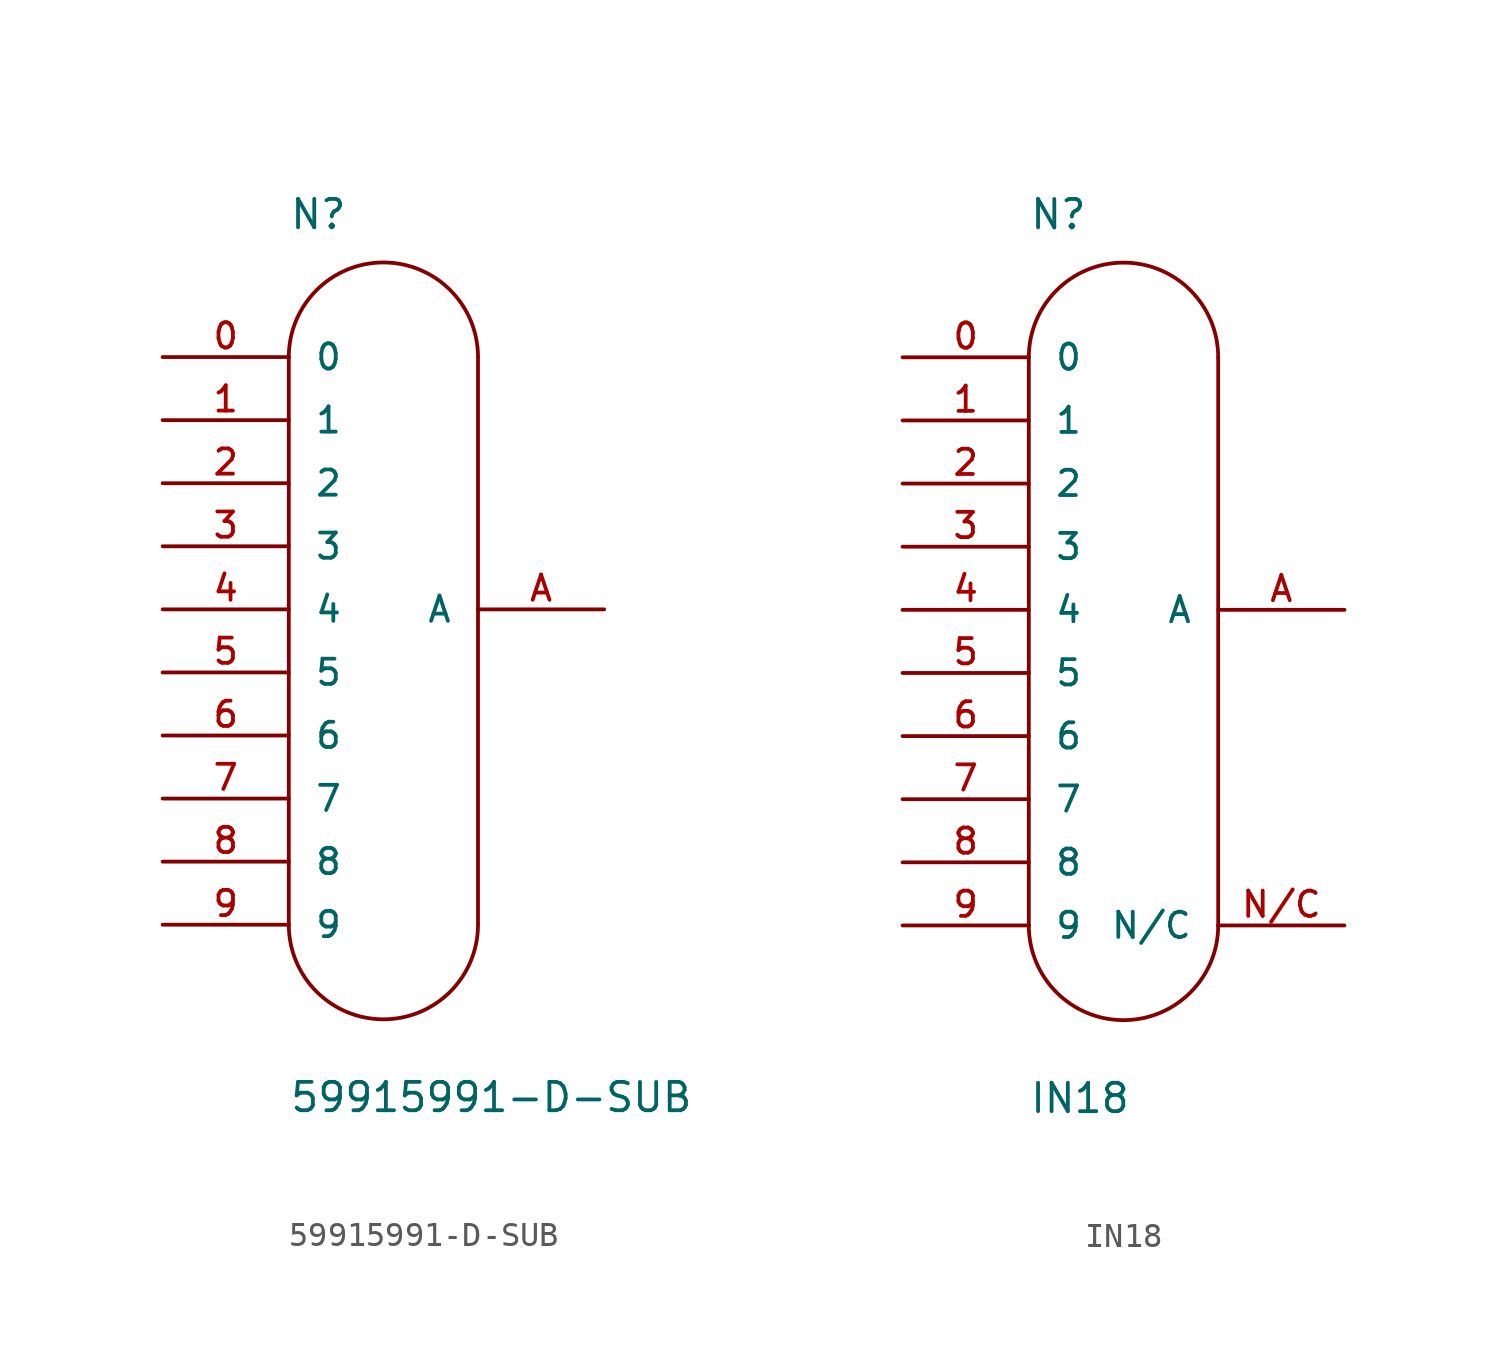
<source format=kicad_sym>
(kicad_symbol_lib
  (version 20210619)
  (generator kicad_symbol_editor)
  (symbol "Nixie_tubes:59915991-D-SUB"
    (pin_names
      (offset 1.016))
    (property "Reference" "N"
      (at -22.86 12.7 0)
      (effects (font (size 1.143 1.143)) (justify left bottom)))
    (property "Value" "59915991-D-SUB"
      (at -22.86 -22.86 0)
      (effects (font (size 1.143 1.143)) (justify left bottom)))
    (property "ki_locked" ""
      (at 0 0 0)
      (effects (font (size 1.27 1.27))))
    (symbol "59915991-D-SUB_1_0"
      (polyline (pts (xy -22.86 7.62) (xy -22.86 -15.24)) (stroke (width 0)) (fill (type none)))
      (polyline (pts (xy -15.24 7.62) (xy -15.24 -15.24)) (stroke (width 0)) (fill (type none))))
    (symbol "59915991-D-SUB_1_1"
      (arc (start -22.86 -15.24) (end -15.24 -15.24) (radius (at -19.05 -15.24) (length 3.81) (angles -179.9 -0.1)) (stroke (width 0)) (fill (type none)))
      (arc (start -15.24 7.62) (end -22.86 7.62) (radius (at -19.05 7.62) (length 3.81) (angles 0.1 179.9)) (stroke (width 0)) (fill (type none)))
      (pin passive line (at -27.94 7.62 0) (length 5.08) (name "0" (effects (font (size 1.016 1.016)))) (number "0" (effects (font (size 1.016 1.016)))))
      (pin passive line (at -27.94 5.08 0) (length 5.08) (name "1" (effects (font (size 1.016 1.016)))) (number "1" (effects (font (size 1.016 1.016)))))
      (pin passive line (at -27.94 2.54 0) (length 5.08) (name "2" (effects (font (size 1.016 1.016)))) (number "2" (effects (font (size 1.016 1.016)))))
      (pin passive line (at -27.94 0 0) (length 5.08) (name "3" (effects (font (size 1.016 1.016)))) (number "3" (effects (font (size 1.016 1.016)))))
      (pin passive line (at -27.94 -2.54 0) (length 5.08) (name "4" (effects (font (size 1.016 1.016)))) (number "4" (effects (font (size 1.016 1.016)))))
      (pin passive line (at -27.94 -5.08 0) (length 5.08) (name "5" (effects (font (size 1.016 1.016)))) (number "5" (effects (font (size 1.016 1.016)))))
      (pin passive line (at -27.94 -7.62 0) (length 5.08) (name "6" (effects (font (size 1.016 1.016)))) (number "6" (effects (font (size 1.016 1.016)))))
      (pin passive line (at -27.94 -10.16 0) (length 5.08) (name "7" (effects (font (size 1.016 1.016)))) (number "7" (effects (font (size 1.016 1.016)))))
      (pin passive line (at -27.94 -12.7 0) (length 5.08) (name "8" (effects (font (size 1.016 1.016)))) (number "8" (effects (font (size 1.016 1.016)))))
      (pin passive line (at -27.94 -15.24 0) (length 5.08) (name "9" (effects (font (size 1.016 1.016)))) (number "9" (effects (font (size 1.016 1.016)))))
      (pin passive line (at -10.16 -2.54 180) (length 5.08) (name "A" (effects (font (size 1.016 1.016)))) (number "A" (effects (font (size 1.016 1.016)))))))
  (symbol "Nixie_tubes:IN18"
    (pin_names
      (offset 1.016))
    (property "Reference" "N"
      (at -22.86 12.7 0)
      (effects (font (size 1.143 1.143)) (justify left bottom)))
    (property "Value" "IN18"
      (at -22.86 -22.86 0)
      (effects (font (size 1.143 1.143)) (justify left bottom)))
    (symbol "IN18_1_0"
      (polyline (pts (xy -22.86 7.62) (xy -22.86 -15.24)) (stroke (width 0)) (fill (type none)))
      (polyline (pts (xy -15.24 7.62) (xy -15.24 -15.24)) (stroke (width 0)) (fill (type none))))
    (symbol "IN18_1_1"
      (arc (start -22.86 -15.24) (end -15.24 -15.24) (radius (at -19.05 -15.24) (length 3.81) (angles -179.9 -0.1)) (stroke (width 0)) (fill (type none)))
      (arc (start -15.24 7.62) (end -22.86 7.62) (radius (at -19.05 7.62) (length 3.81) (angles 0.1 179.9)) (stroke (width 0)) (fill (type none)))
      (pin passive line (at -27.94 7.62 0) (length 5.08) (name "0" (effects (font (size 1.016 1.016)))) (number "0" (effects (font (size 1.016 1.016)))))
      (pin passive line (at -27.94 5.08 0) (length 5.08) (name "1" (effects (font (size 1.016 1.016)))) (number "1" (effects (font (size 1.016 1.016)))))
      (pin passive line (at -27.94 2.54 0) (length 5.08) (name "2" (effects (font (size 1.016 1.016)))) (number "2" (effects (font (size 1.016 1.016)))))
      (pin passive line (at -27.94 0 0) (length 5.08) (name "3" (effects (font (size 1.016 1.016)))) (number "3" (effects (font (size 1.016 1.016)))))
      (pin passive line (at -27.94 -2.54 0) (length 5.08) (name "4" (effects (font (size 1.016 1.016)))) (number "4" (effects (font (size 1.016 1.016)))))
      (pin passive line (at -27.94 -5.08 0) (length 5.08) (name "5" (effects (font (size 1.016 1.016)))) (number "5" (effects (font (size 1.016 1.016)))))
      (pin passive line (at -27.94 -7.62 0) (length 5.08) (name "6" (effects (font (size 1.016 1.016)))) (number "6" (effects (font (size 1.016 1.016)))))
      (pin passive line (at -27.94 -10.16 0) (length 5.08) (name "7" (effects (font (size 1.016 1.016)))) (number "7" (effects (font (size 1.016 1.016)))))
      (pin passive line (at -27.94 -12.7 0) (length 5.08) (name "8" (effects (font (size 1.016 1.016)))) (number "8" (effects (font (size 1.016 1.016)))))
      (pin passive line (at -27.94 -15.24 0) (length 5.08) (name "9" (effects (font (size 1.016 1.016)))) (number "9" (effects (font (size 1.016 1.016)))))
      (pin passive line (at -10.16 -2.54 180) (length 5.08) (name "A" (effects (font (size 1.016 1.016)))) (number "A" (effects (font (size 1.016 1.016)))))
      (pin passive line (at -10.16 -15.24 180) (length 5.08) (name "N/C" (effects (font (size 1.016 1.016)))) (number "N/C" (effects (font (size 1.016 1.016))))))))
</source>
